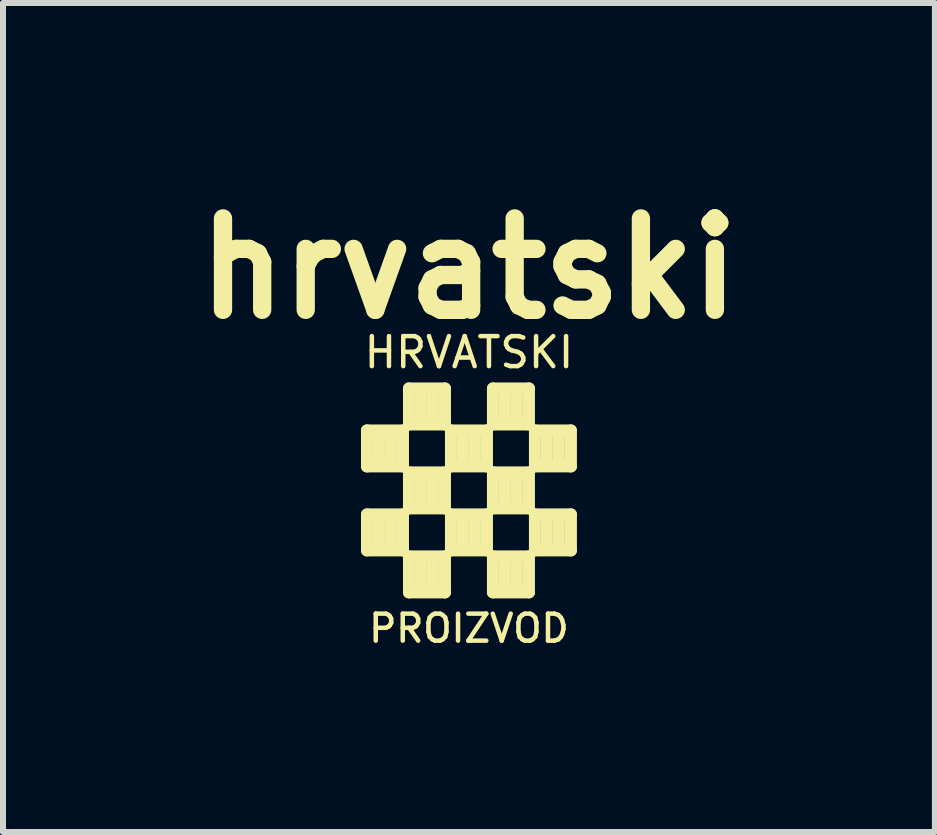
<source format=kicad_pcb>
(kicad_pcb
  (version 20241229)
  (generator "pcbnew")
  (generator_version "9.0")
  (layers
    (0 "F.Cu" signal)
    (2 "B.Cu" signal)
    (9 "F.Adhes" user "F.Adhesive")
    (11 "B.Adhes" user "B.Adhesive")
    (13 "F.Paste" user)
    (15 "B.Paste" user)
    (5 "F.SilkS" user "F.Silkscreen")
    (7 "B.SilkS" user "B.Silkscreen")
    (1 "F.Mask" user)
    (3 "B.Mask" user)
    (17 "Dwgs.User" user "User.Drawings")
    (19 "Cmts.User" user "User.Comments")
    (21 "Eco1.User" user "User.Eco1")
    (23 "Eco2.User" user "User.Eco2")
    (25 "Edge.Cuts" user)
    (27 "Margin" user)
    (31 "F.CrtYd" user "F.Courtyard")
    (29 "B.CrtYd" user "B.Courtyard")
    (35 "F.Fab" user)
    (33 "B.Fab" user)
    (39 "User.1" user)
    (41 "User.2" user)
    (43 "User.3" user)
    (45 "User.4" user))
  (footprint "hrvatski"
    (layer "F.Cu")
    (at 4.768 5.126)
    (property "Reference" "hrvatski" (at 0 -3.7 0) (layer "F.SilkS") (effects (font (size 1.524 1.524) (thickness 0.305))))
    (attr through_hole)
    (fp_line (start -1.7 -1) (end -1.1 -1) (stroke (width 0.2) (type solid)) (layer "F.SilkS"))
    (fp_line (start -1.7 -0.4) (end -1.7 -1) (stroke (width 0.2) (type solid)) (layer "F.SilkS"))
    (fp_line (start -1.7 0.4) (end -1.1 0.4) (stroke (width 0.2) (type solid)) (layer "F.SilkS"))
    (fp_line (start -1.7 1) (end -1.7 0.4) (stroke (width 0.2) (type solid)) (layer "F.SilkS"))
    (fp_line (start -1.5 -0.5) (end -1.5 -0.9) (stroke (width 0.2) (type solid)) (layer "F.SilkS"))
    (fp_line (start -1.5 0.9) (end -1.5 0.5) (stroke (width 0.2) (type solid)) (layer "F.SilkS"))
    (fp_line (start -1.3 -0.9) (end -1.3 -0.5) (stroke (width 0.2) (type solid)) (layer "F.SilkS"))
    (fp_line (start -1.3 0.5) (end -1.3 0.9) (stroke (width 0.2) (type solid)) (layer "F.SilkS"))
    (fp_line (start -1.1 -1) (end -1.1 -0.4) (stroke (width 0.2) (type solid)) (layer "F.SilkS"))
    (fp_line (start -1.1 -0.4) (end -1.7 -0.4) (stroke (width 0.2) (type solid)) (layer "F.SilkS"))
    (fp_line (start -1.1 0.4) (end -1.1 1) (stroke (width 0.2) (type solid)) (layer "F.SilkS"))
    (fp_line (start -1.1 1) (end -1.7 1) (stroke (width 0.2) (type solid)) (layer "F.SilkS"))
    (fp_line (start -1 -1.7) (end -1 -1.1) (stroke (width 0.2) (type solid)) (layer "F.SilkS"))
    (fp_line (start -1 -1.1) (end -0.4 -1.1) (stroke (width 0.2) (type solid)) (layer "F.SilkS"))
    (fp_line (start -1 -0.3) (end -1 0.3) (stroke (width 0.2) (type solid)) (layer "F.SilkS"))
    (fp_line (start -1 0.3) (end -0.4 0.3) (stroke (width 0.2) (type solid)) (layer "F.SilkS"))
    (fp_line (start -1 1.1) (end -0.4 1.1) (stroke (width 0.2) (type solid)) (layer "F.SilkS"))
    (fp_line (start -1 1.7) (end -1 1.1) (stroke (width 0.2) (type solid)) (layer "F.SilkS"))
    (fp_line (start -0.8 -1.2) (end -0.8 -1.6) (stroke (width 0.2) (type solid)) (layer "F.SilkS"))
    (fp_line (start -0.8 0.2) (end -0.8 -0.2) (stroke (width 0.2) (type solid)) (layer "F.SilkS"))
    (fp_line (start -0.8 1.6) (end -0.8 1.2) (stroke (width 0.2) (type solid)) (layer "F.SilkS"))
    (fp_line (start -0.6 -1.6) (end -0.6 -1.2) (stroke (width 0.2) (type solid)) (layer "F.SilkS"))
    (fp_line (start -0.6 -0.2) (end -0.6 0.2) (stroke (width 0.2) (type solid)) (layer "F.SilkS"))
    (fp_line (start -0.6 1.2) (end -0.6 1.6) (stroke (width 0.2) (type solid)) (layer "F.SilkS"))
    (fp_line (start -0.4 -1.7) (end -1 -1.7) (stroke (width 0.2) (type solid)) (layer "F.SilkS"))
    (fp_line (start -0.4 -1.1) (end -0.4 -1.7) (stroke (width 0.2) (type solid)) (layer "F.SilkS"))
    (fp_line (start -0.4 -0.3) (end -1 -0.3) (stroke (width 0.2) (type solid)) (layer "F.SilkS"))
    (fp_line (start -0.4 0.3) (end -0.4 -0.3) (stroke (width 0.2) (type solid)) (layer "F.SilkS"))
    (fp_line (start -0.4 1.1) (end -0.4 1.7) (stroke (width 0.2) (type solid)) (layer "F.SilkS"))
    (fp_line (start -0.4 1.7) (end -1 1.7) (stroke (width 0.2) (type solid)) (layer "F.SilkS"))
    (fp_line (start -0.3 -1) (end 0.3 -1) (stroke (width 0.2) (type solid)) (layer "F.SilkS"))
    (fp_line (start -0.3 -0.4) (end -0.3 -1) (stroke (width 0.2) (type solid)) (layer "F.SilkS"))
    (fp_line (start -0.3 0.4) (end -0.3 1) (stroke (width 0.2) (type solid)) (layer "F.SilkS"))
    (fp_line (start -0.3 1) (end 0.3 1) (stroke (width 0.2) (type solid)) (layer "F.SilkS"))
    (fp_line (start -0.1 -0.5) (end -0.1 -0.9) (stroke (width 0.2) (type solid)) (layer "F.SilkS"))
    (fp_line (start -0.1 0.9) (end -0.1 0.5) (stroke (width 0.2) (type solid)) (layer "F.SilkS"))
    (fp_line (start 0.1 -0.9) (end 0.1 -0.5) (stroke (width 0.2) (type solid)) (layer "F.SilkS"))
    (fp_line (start 0.1 0.5) (end 0.1 0.9) (stroke (width 0.2) (type solid)) (layer "F.SilkS"))
    (fp_line (start 0.3 -1) (end 0.3 -0.4) (stroke (width 0.2) (type solid)) (layer "F.SilkS"))
    (fp_line (start 0.3 -0.4) (end -0.3 -0.4) (stroke (width 0.2) (type solid)) (layer "F.SilkS"))
    (fp_line (start 0.3 0.4) (end -0.3 0.4) (stroke (width 0.2) (type solid)) (layer "F.SilkS"))
    (fp_line (start 0.3 1) (end 0.3 0.4) (stroke (width 0.2) (type solid)) (layer "F.SilkS"))
    (fp_line (start 0.4 -1.7) (end 0.4 -1.1) (stroke (width 0.2) (type solid)) (layer "F.SilkS"))
    (fp_line (start 0.4 -1.1) (end 1 -1.1) (stroke (width 0.2) (type solid)) (layer "F.SilkS"))
    (fp_line (start 0.4 -0.3) (end 0.4 0.3) (stroke (width 0.2) (type solid)) (layer "F.SilkS"))
    (fp_line (start 0.4 0.3) (end 1 0.3) (stroke (width 0.2) (type solid)) (layer "F.SilkS"))
    (fp_line (start 0.4 1.1) (end 1 1.1) (stroke (width 0.2) (type solid)) (layer "F.SilkS"))
    (fp_line (start 0.4 1.7) (end 0.4 1.1) (stroke (width 0.2) (type solid)) (layer "F.SilkS"))
    (fp_line (start 0.6 -1.2) (end 0.6 -1.6) (stroke (width 0.2) (type solid)) (layer "F.SilkS"))
    (fp_line (start 0.6 0.2) (end 0.6 -0.2) (stroke (width 0.2) (type solid)) (layer "F.SilkS"))
    (fp_line (start 0.6 1.6) (end 0.6 1.2) (stroke (width 0.2) (type solid)) (layer "F.SilkS"))
    (fp_line (start 0.8 -1.6) (end 0.8 -1.2) (stroke (width 0.2) (type solid)) (layer "F.SilkS"))
    (fp_line (start 0.8 -0.2) (end 0.8 0.2) (stroke (width 0.2) (type solid)) (layer "F.SilkS"))
    (fp_line (start 0.8 1.2) (end 0.8 1.6) (stroke (width 0.2) (type solid)) (layer "F.SilkS"))
    (fp_line (start 1 -1.7) (end 0.4 -1.7) (stroke (width 0.2) (type solid)) (layer "F.SilkS"))
    (fp_line (start 1 -1.1) (end 1 -1.7) (stroke (width 0.2) (type solid)) (layer "F.SilkS"))
    (fp_line (start 1 -0.3) (end 0.4 -0.3) (stroke (width 0.2) (type solid)) (layer "F.SilkS"))
    (fp_line (start 1 0.3) (end 1 -0.3) (stroke (width 0.2) (type solid)) (layer "F.SilkS"))
    (fp_line (start 1 1.1) (end 1 1.7) (stroke (width 0.2) (type solid)) (layer "F.SilkS"))
    (fp_line (start 1 1.7) (end 0.4 1.7) (stroke (width 0.2) (type solid)) (layer "F.SilkS"))
    (fp_line (start 1.1 -1) (end 1.1 -0.4) (stroke (width 0.2) (type solid)) (layer "F.SilkS"))
    (fp_line (start 1.1 -0.4) (end 1.7 -0.4) (stroke (width 0.2) (type solid)) (layer "F.SilkS"))
    (fp_line (start 1.1 0.4) (end 1.1 1) (stroke (width 0.2) (type solid)) (layer "F.SilkS"))
    (fp_line (start 1.1 1) (end 1.7 1) (stroke (width 0.2) (type solid)) (layer "F.SilkS"))
    (fp_line (start 1.3 -0.5) (end 1.3 -0.9) (stroke (width 0.2) (type solid)) (layer "F.SilkS"))
    (fp_line (start 1.3 0.9) (end 1.3 0.5) (stroke (width 0.2) (type solid)) (layer "F.SilkS"))
    (fp_line (start 1.5 -0.9) (end 1.5 -0.5) (stroke (width 0.2) (type solid)) (layer "F.SilkS"))
    (fp_line (start 1.5 0.5) (end 1.5 0.9) (stroke (width 0.2) (type solid)) (layer "F.SilkS"))
    (fp_line (start 1.7 -1) (end 1.1 -1) (stroke (width 0.2) (type solid)) (layer "F.SilkS"))
    (fp_line (start 1.7 -0.4) (end 1.7 -1) (stroke (width 0.2) (type solid)) (layer "F.SilkS"))
    (fp_line (start 1.7 0.4) (end 1.1 0.4) (stroke (width 0.2) (type solid)) (layer "F.SilkS"))
    (fp_line (start 1.7 1) (end 1.7 0.4) (stroke (width 0.2) (type solid)) (layer "F.SilkS"))
    (fp_text user "PROIZVOD" (at 0 2.3 0) (layer "F.SilkS") (effects (font (size 0.45 0.45) (thickness 0.075))))
    (fp_text user "HRVATSKI" (at 0 -2.3 0) (layer "F.SilkS") (effects (font (size 0.5 0.5) (thickness 0.075)))))
  (gr_rect
    (start -3 -3)
    (end 12.536 10.821)
    (stroke (width 0.1) (type default))
    (fill no)
    (layer "Edge.Cuts")))
</source>
